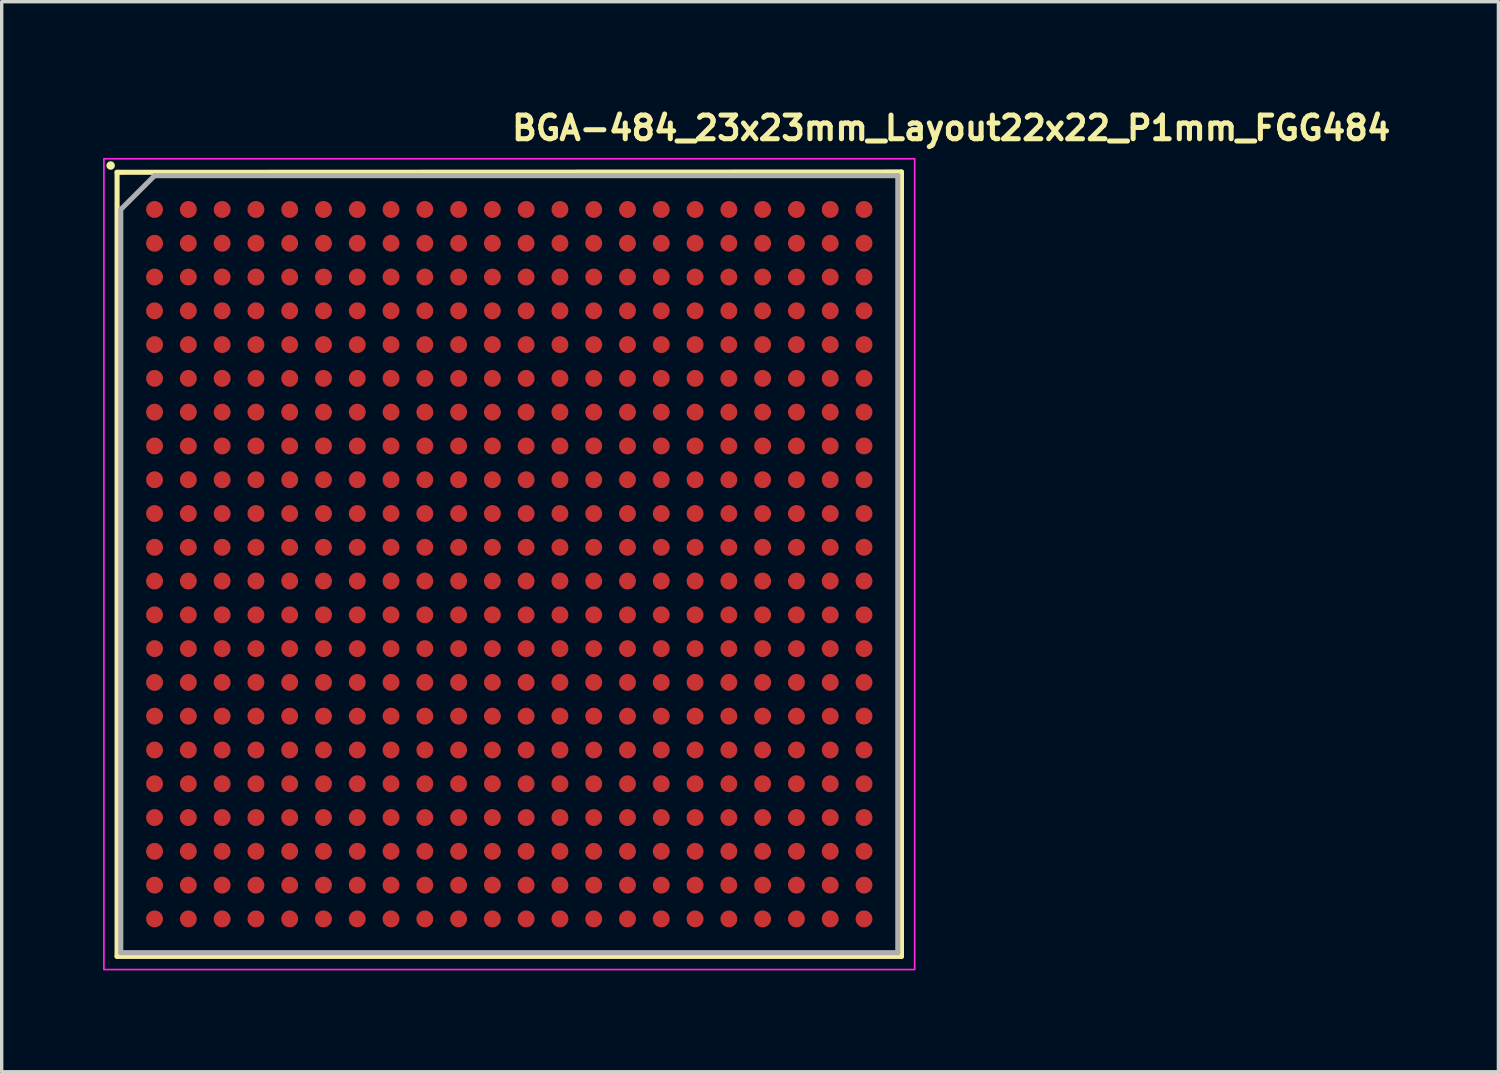
<source format=kicad_pcb>
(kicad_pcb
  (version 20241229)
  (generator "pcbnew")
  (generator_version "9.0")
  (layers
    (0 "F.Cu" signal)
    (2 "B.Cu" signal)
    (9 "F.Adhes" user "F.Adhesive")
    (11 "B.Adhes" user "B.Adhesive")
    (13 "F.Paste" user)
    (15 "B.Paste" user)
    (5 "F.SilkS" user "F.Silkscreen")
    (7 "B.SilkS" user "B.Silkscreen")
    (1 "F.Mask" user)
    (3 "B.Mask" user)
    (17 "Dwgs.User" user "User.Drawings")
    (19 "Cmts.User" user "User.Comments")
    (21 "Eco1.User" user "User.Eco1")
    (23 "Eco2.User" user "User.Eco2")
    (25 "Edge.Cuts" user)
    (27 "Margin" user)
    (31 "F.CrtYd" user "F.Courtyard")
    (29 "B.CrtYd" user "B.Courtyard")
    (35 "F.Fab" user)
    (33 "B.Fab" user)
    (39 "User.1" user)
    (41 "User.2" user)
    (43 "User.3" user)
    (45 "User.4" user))
  (footprint "BGA-484_23x23mm_Layout22x22_P1mm_FGG484"
    (layer "F.Cu")
    (at 12.025 13.65)
    (property "Reference" "BGA-484_23x23mm_Layout22x22_P1mm_FGG484" (at 0 -12.5 0) (layer "F.SilkS") (effects (font (size 0.7 0.7) (thickness 0.15)) (justify left bottom)))
    (attr smd)
    (fp_line (start -11.61 -11.6) (end 11.608 -11.61) (stroke (width 0.15) (type solid)) (layer "F.SilkS"))
    (fp_line (start -11.61 11.608) (end -11.61 -11.6) (stroke (width 0.15) (type solid)) (layer "F.SilkS"))
    (fp_line (start 11.608 -11.61) (end 11.608 11.608) (stroke (width 0.15) (type solid)) (layer "F.SilkS"))
    (fp_line (start 11.608 11.608) (end -11.61 11.608) (stroke (width 0.15) (type solid)) (layer "F.SilkS"))
    (fp_circle (center -11.8 -11.8) (end -11.75 -11.8) (stroke (width 0.15) (type solid)) (fill yes) (layer "F.SilkS"))
    (fp_rect (start -12 -12) (end 11.999 11.999) (stroke (width 0.05) (type solid)) (fill no) (layer "F.CrtYd"))
    (fp_line (start -11.5 -10.5) (end -10.5 -11.5) (stroke (width 0.15) (type solid)) (layer "F.Fab"))
    (fp_line (start -11.5 11.499) (end -11.5 -10.5) (stroke (width 0.15) (type solid)) (layer "F.Fab"))
    (fp_line (start -10.5 -11.5) (end 11.499 -11.5) (stroke (width 0.15) (type solid)) (layer "F.Fab"))
    (fp_line (start 11.499 -11.5) (end 11.499 11.499) (stroke (width 0.15) (type solid)) (layer "F.Fab"))
    (fp_line (start 11.499 11.499) (end -11.5 11.499) (stroke (width 0.15) (type solid)) (layer "F.Fab"))
    (fp_rect (start -11 -11) (end 10.999 10.999) (stroke (width 0.1) (type solid)) (fill no) (layer "User.5"))
    (fp_line (start -11 -10.951) (end -10.951 -11) (stroke (width 0.02) (type solid)) (layer "User.9"))
    (fp_line (start -11 10.749) (end -11 -10.951) (stroke (width 0.02) (type solid)) (layer "User.9"))
    (fp_line (start -10.951 -11) (end 10.749 -11) (stroke (width 0.02) (type solid)) (layer "User.9"))
    (fp_line (start -10.75 10.999) (end -11 10.749) (stroke (width 0.02) (type solid)) (layer "User.9"))
    (fp_line (start -10.25 -9.5) (end -9.894 -9.144) (stroke (width 0.02) (type solid)) (layer "User.9"))
    (fp_line (start -10.25 -9.5) (end -9.5 -10.25) (stroke (width 0.02) (type solid)) (layer "User.9"))
    (fp_line (start -10.25 9.499) (end -10.25 -9.5) (stroke (width 0.02) (type solid)) (layer "User.9"))
    (fp_line (start -10.25 9.499) (end -9.894 9.143) (stroke (width 0.02) (type solid)) (layer "User.9"))
    (fp_line (start -9.894 -9.144) (end -9.144 -9.894) (stroke (width 0.02) (type solid)) (layer "User.9"))
    (fp_line (start -9.894 9.143) (end -9.894 -9.144) (stroke (width 0.02) (type solid)) (layer "User.9"))
    (fp_line (start -9.5 -10.25) (end -9.144 -9.894) (stroke (width 0.02) (type solid)) (layer "User.9"))
    (fp_line (start -9.5 -10.25) (end 9.499 -10.25) (stroke (width 0.02) (type solid)) (layer "User.9"))
    (fp_line (start -9.5 10.249) (end -10.25 9.499) (stroke (width 0.02) (type solid)) (layer "User.9"))
    (fp_line (start -9.5 10.249) (end -9.144 9.893) (stroke (width 0.02) (type solid)) (layer "User.9"))
    (fp_line (start -9.164 -8.785) (end -9.164 -8.764) (stroke (width 0.02) (type solid)) (layer "User.9"))
    (fp_line (start -9.164 -8.764) (end -9.164 -8.764) (stroke (width 0.02) (type solid)) (layer "User.9"))
    (fp_line (start -9.164 -8.764) (end -9.164 -8.744) (stroke (width 0.02) (type solid)) (layer "User.9"))
    (fp_line (start -9.164 -8.744) (end -9.163 -8.724) (stroke (width 0.02) (type solid)) (layer "User.9"))
    (fp_line (start -9.163 -8.805) (end -9.164 -8.785) (stroke (width 0.02) (type solid)) (layer "User.9"))
    (fp_line (start -9.163 -8.724) (end -9.16 -8.703) (stroke (width 0.02) (type solid)) (layer "User.9"))
    (fp_line (start -9.16 -8.826) (end -9.163 -8.805) (stroke (width 0.02) (type solid)) (layer "User.9"))
    (fp_line (start -9.16 -8.703) (end -9.157 -8.685) (stroke (width 0.02) (type solid)) (layer "User.9"))
    (fp_line (start -9.157 -8.846) (end -9.16 -8.826) (stroke (width 0.02) (type solid)) (layer "User.9"))
    (fp_line (start -9.157 -8.685) (end -9.153 -8.664) (stroke (width 0.02) (type solid)) (layer "User.9"))
    (fp_line (start -9.153 -8.865) (end -9.157 -8.846) (stroke (width 0.02) (type solid)) (layer "User.9"))
    (fp_line (start -9.153 -8.664) (end -9.147 -8.645) (stroke (width 0.02) (type solid)) (layer "User.9"))
    (fp_line (start -9.147 -8.884) (end -9.153 -8.865) (stroke (width 0.02) (type solid)) (layer "User.9"))
    (fp_line (start -9.147 -8.645) (end -9.141 -8.628) (stroke (width 0.02) (type solid)) (layer "User.9"))
    (fp_line (start -9.144 -9.894) (end 9.143 -9.894) (stroke (width 0.02) (type solid)) (layer "User.9"))
    (fp_line (start -9.144 9.893) (end -9.894 9.143) (stroke (width 0.02) (type solid)) (layer "User.9"))
    (fp_line (start -9.141 -8.903) (end -9.147 -8.884) (stroke (width 0.02) (type solid)) (layer "User.9"))
    (fp_line (start -9.141 -8.628) (end -9.134 -8.609) (stroke (width 0.02) (type solid)) (layer "User.9"))
    (fp_line (start -9.134 -8.92) (end -9.141 -8.903) (stroke (width 0.02) (type solid)) (layer "User.9"))
    (fp_line (start -9.134 -8.609) (end -9.125 -8.591) (stroke (width 0.02) (type solid)) (layer "User.9"))
    (fp_line (start -9.125 -8.939) (end -9.134 -8.92) (stroke (width 0.02) (type solid)) (layer "User.9"))
    (fp_line (start -9.125 -8.591) (end -9.116 -8.574) (stroke (width 0.02) (type solid)) (layer "User.9"))
    (fp_line (start -9.116 -8.955) (end -9.125 -8.939) (stroke (width 0.02) (type solid)) (layer "User.9"))
    (fp_line (start -9.116 -8.574) (end -9.106 -8.558) (stroke (width 0.02) (type solid)) (layer "User.9"))
    (fp_line (start -9.106 -8.972) (end -9.116 -8.955) (stroke (width 0.02) (type solid)) (layer "User.9"))
    (fp_line (start -9.106 -8.558) (end -9.096 -8.542) (stroke (width 0.02) (type solid)) (layer "User.9"))
    (fp_line (start -9.096 -8.988) (end -9.106 -8.972) (stroke (width 0.02) (type solid)) (layer "User.9"))
    (fp_line (start -9.096 -8.542) (end -9.086 -8.526) (stroke (width 0.02) (type solid)) (layer "User.9"))
    (fp_line (start -9.086 -9.004) (end -9.096 -8.988) (stroke (width 0.02) (type solid)) (layer "User.9"))
    (fp_line (start -9.086 -8.526) (end -9.074 -8.51) (stroke (width 0.02) (type solid)) (layer "User.9"))
    (fp_line (start -9.074 -9.019) (end -9.086 -9.004) (stroke (width 0.02) (type solid)) (layer "User.9"))
    (fp_line (start -9.074 -8.51) (end -9.061 -8.496) (stroke (width 0.02) (type solid)) (layer "User.9"))
    (fp_line (start -9.061 -9.033) (end -9.074 -9.019) (stroke (width 0.02) (type solid)) (layer "User.9"))
    (fp_line (start -9.061 -8.496) (end -9.048 -8.481) (stroke (width 0.02) (type solid)) (layer "User.9"))
    (fp_line (start -9.048 -9.048) (end -9.061 -9.033) (stroke (width 0.02) (type solid)) (layer "User.9"))
    (fp_line (start -9.048 -8.481) (end -9.033 -8.468) (stroke (width 0.02) (type solid)) (layer "User.9"))
    (fp_line (start -9.033 -9.061) (end -9.048 -9.048) (stroke (width 0.02) (type solid)) (layer "User.9"))
    (fp_line (start -9.033 -8.468) (end -9.019 -8.456) (stroke (width 0.02) (type solid)) (layer "User.9"))
    (fp_line (start -9.019 -9.074) (end -9.033 -9.061) (stroke (width 0.02) (type solid)) (layer "User.9"))
    (fp_line (start -9.019 -8.456) (end -9.004 -8.445) (stroke (width 0.02) (type solid)) (layer "User.9"))
    (fp_line (start -9.004 -9.086) (end -9.019 -9.074) (stroke (width 0.02) (type solid)) (layer "User.9"))
    (fp_line (start -9.004 -8.445) (end -8.988 -8.433) (stroke (width 0.02) (type solid)) (layer "User.9"))
    (fp_line (start -8.988 -9.096) (end -9.004 -9.086) (stroke (width 0.02) (type solid)) (layer "User.9"))
    (fp_line (start -8.988 -8.433) (end -8.972 -8.423) (stroke (width 0.02) (type solid)) (layer "User.9"))
    (fp_line (start -8.972 -9.106) (end -8.988 -9.096) (stroke (width 0.02) (type solid)) (layer "User.9"))
    (fp_line (start -8.972 -8.423) (end -8.955 -8.414) (stroke (width 0.02) (type solid)) (layer "User.9"))
    (fp_line (start -8.955 -9.116) (end -8.972 -9.106) (stroke (width 0.02) (type solid)) (layer "User.9"))
    (fp_line (start -8.955 -8.414) (end -8.939 -8.404) (stroke (width 0.02) (type solid)) (layer "User.9"))
    (fp_line (start -8.939 -9.125) (end -8.955 -9.116) (stroke (width 0.02) (type solid)) (layer "User.9"))
    (fp_line (start -8.939 -8.404) (end -8.92 -8.397) (stroke (width 0.02) (type solid)) (layer "User.9"))
    (fp_line (start -8.92 -9.134) (end -8.939 -9.125) (stroke (width 0.02) (type solid)) (layer "User.9"))
    (fp_line (start -8.92 -8.397) (end -8.903 -8.389) (stroke (width 0.02) (type solid)) (layer "User.9"))
    (fp_line (start -8.903 -9.141) (end -8.92 -9.134) (stroke (width 0.02) (type solid)) (layer "User.9"))
    (fp_line (start -8.903 -8.389) (end -8.884 -8.382) (stroke (width 0.02) (type solid)) (layer "User.9"))
    (fp_line (start -8.884 -9.147) (end -8.903 -9.141) (stroke (width 0.02) (type solid)) (layer "User.9"))
    (fp_line (start -8.884 -8.382) (end -8.865 -8.378) (stroke (width 0.02) (type solid)) (layer "User.9"))
    (fp_line (start -8.865 -9.153) (end -8.884 -9.147) (stroke (width 0.02) (type solid)) (layer "User.9"))
    (fp_line (start -8.865 -8.378) (end -8.846 -8.372) (stroke (width 0.02) (type solid)) (layer "User.9"))
    (fp_line (start -8.846 -9.157) (end -8.865 -9.153) (stroke (width 0.02) (type solid)) (layer "User.9"))
    (fp_line (start -8.846 -8.372) (end -8.826 -8.369) (stroke (width 0.02) (type solid)) (layer "User.9"))
    (fp_line (start -8.826 -9.16) (end -8.846 -9.157) (stroke (width 0.02) (type solid)) (layer "User.9"))
    (fp_line (start -8.826 -8.369) (end -8.805 -8.366) (stroke (width 0.02) (type solid)) (layer "User.9"))
    (fp_line (start -8.805 -9.163) (end -8.826 -9.16) (stroke (width 0.02) (type solid)) (layer "User.9"))
    (fp_line (start -8.805 -8.366) (end -8.785 -8.366) (stroke (width 0.02) (type solid)) (layer "User.9"))
    (fp_line (start -8.785 -9.164) (end -8.805 -9.163) (stroke (width 0.02) (type solid)) (layer "User.9"))
    (fp_line (start -8.785 -8.366) (end -8.764 -8.365) (stroke (width 0.02) (type solid)) (layer "User.9"))
    (fp_line (start -8.764 -9.164) (end -8.785 -9.164) (stroke (width 0.02) (type solid)) (layer "User.9"))
    (fp_line (start -8.764 -9.164) (end -8.764 -9.164) (stroke (width 0.02) (type solid)) (layer "User.9"))
    (fp_line (start -8.764 -8.365) (end -8.764 -8.365) (stroke (width 0.02) (type solid)) (layer "User.9"))
    (fp_line (start -8.764 -8.365) (end -8.744 -8.366) (stroke (width 0.02) (type solid)) (layer "User.9"))
    (fp_line (start -8.744 -9.164) (end -8.764 -9.164) (stroke (width 0.02) (type solid)) (layer "User.9"))
    (fp_line (start -8.744 -8.366) (end -8.724 -8.366) (stroke (width 0.02) (type solid)) (layer "User.9"))
    (fp_line (start -8.724 -9.163) (end -8.744 -9.164) (stroke (width 0.02) (type solid)) (layer "User.9"))
    (fp_line (start -8.724 -8.366) (end -8.703 -8.369) (stroke (width 0.02) (type solid)) (layer "User.9"))
    (fp_line (start -8.703 -9.16) (end -8.724 -9.163) (stroke (width 0.02) (type solid)) (layer "User.9"))
    (fp_line (start -8.703 -8.369) (end -8.685 -8.372) (stroke (width 0.02) (type solid)) (layer "User.9"))
    (fp_line (start -8.685 -9.157) (end -8.703 -9.16) (stroke (width 0.02) (type solid)) (layer "User.9"))
    (fp_line (start -8.685 -8.372) (end -8.664 -8.378) (stroke (width 0.02) (type solid)) (layer "User.9"))
    (fp_line (start -8.664 -9.153) (end -8.685 -9.157) (stroke (width 0.02) (type solid)) (layer "User.9"))
    (fp_line (start -8.664 -8.378) (end -8.645 -8.382) (stroke (width 0.02) (type solid)) (layer "User.9"))
    (fp_line (start -8.645 -9.147) (end -8.664 -9.153) (stroke (width 0.02) (type solid)) (layer "User.9"))
    (fp_line (start -8.645 -8.382) (end -8.628 -8.389) (stroke (width 0.02) (type solid)) (layer "User.9"))
    (fp_line (start -8.628 -9.141) (end -8.645 -9.147) (stroke (width 0.02) (type solid)) (layer "User.9"))
    (fp_line (start -8.628 -8.389) (end -8.609 -8.397) (stroke (width 0.02) (type solid)) (layer "User.9"))
    (fp_line (start -8.609 -9.134) (end -8.628 -9.141) (stroke (width 0.02) (type solid)) (layer "User.9"))
    (fp_line (start -8.609 -8.397) (end -8.591 -8.404) (stroke (width 0.02) (type solid)) (layer "User.9"))
    (fp_line (start -8.591 -9.125) (end -8.609 -9.134) (stroke (width 0.02) (type solid)) (layer "User.9"))
    (fp_line (start -8.591 -8.404) (end -8.574 -8.414) (stroke (width 0.02) (type solid)) (layer "User.9"))
    (fp_line (start -8.574 -9.116) (end -8.591 -9.125) (stroke (width 0.02) (type solid)) (layer "User.9"))
    (fp_line (start -8.574 -8.414) (end -8.558 -8.423) (stroke (width 0.02) (type solid)) (layer "User.9"))
    (fp_line (start -8.558 -9.106) (end -8.574 -9.116) (stroke (width 0.02) (type solid)) (layer "User.9"))
    (fp_line (start -8.558 -8.423) (end -8.542 -8.433) (stroke (width 0.02) (type solid)) (layer "User.9"))
    (fp_line (start -8.542 -9.096) (end -8.558 -9.106) (stroke (width 0.02) (type solid)) (layer "User.9"))
    (fp_line (start -8.542 -8.433) (end -8.526 -8.445) (stroke (width 0.02) (type solid)) (layer "User.9"))
    (fp_line (start -8.526 -9.086) (end -8.542 -9.096) (stroke (width 0.02) (type solid)) (layer "User.9"))
    (fp_line (start -8.526 -8.445) (end -8.51 -8.456) (stroke (width 0.02) (type solid)) (layer "User.9"))
    (fp_line (start -8.51 -9.074) (end -8.526 -9.086) (stroke (width 0.02) (type solid)) (layer "User.9"))
    (fp_line (start -8.51 -8.456) (end -8.496 -8.468) (stroke (width 0.02) (type solid)) (layer "User.9"))
    (fp_line (start -8.496 -9.061) (end -8.51 -9.074) (stroke (width 0.02) (type solid)) (layer "User.9"))
    (fp_line (start -8.496 -8.468) (end -8.481 -8.481) (stroke (width 0.02) (type solid)) (layer "User.9"))
    (fp_line (start -8.481 -9.048) (end -8.496 -9.061) (stroke (width 0.02) (type solid)) (layer "User.9"))
    (fp_line (start -8.481 -8.481) (end -8.468 -8.496) (stroke (width 0.02) (type solid)) (layer "User.9"))
    (fp_line (start -8.468 -9.033) (end -8.481 -9.048) (stroke (width 0.02) (type solid)) (layer "User.9"))
    (fp_line (start -8.468 -8.496) (end -8.456 -8.51) (stroke (width 0.02) (type solid)) (layer "User.9"))
    (fp_line (start -8.456 -9.019) (end -8.468 -9.033) (stroke (width 0.02) (type solid)) (layer "User.9"))
    (fp_line (start -8.456 -8.51) (end -8.445 -8.526) (stroke (width 0.02) (type solid)) (layer "User.9"))
    (fp_line (start -8.445 -9.004) (end -8.456 -9.019) (stroke (width 0.02) (type solid)) (layer "User.9"))
    (fp_line (start -8.445 -8.526) (end -8.433 -8.542) (stroke (width 0.02) (type solid)) (layer "User.9"))
    (fp_line (start -8.433 -8.988) (end -8.445 -9.004) (stroke (width 0.02) (type solid)) (layer "User.9"))
    (fp_line (start -8.433 -8.542) (end -8.423 -8.558) (stroke (width 0.02) (type solid)) (layer "User.9"))
    (fp_line (start -8.423 -8.972) (end -8.433 -8.988) (stroke (width 0.02) (type solid)) (layer "User.9"))
    (fp_line (start -8.423 -8.558) (end -8.414 -8.574) (stroke (width 0.02) (type solid)) (layer "User.9"))
    (fp_line (start -8.414 -8.955) (end -8.423 -8.972) (stroke (width 0.02) (type solid)) (layer "User.9"))
    (fp_line (start -8.414 -8.574) (end -8.404 -8.591) (stroke (width 0.02) (type solid)) (layer "User.9"))
    (fp_line (start -8.404 -8.939) (end -8.414 -8.955) (stroke (width 0.02) (type solid)) (layer "User.9"))
    (fp_line (start -8.404 -8.591) (end -8.397 -8.609) (stroke (width 0.02) (type solid)) (layer "User.9"))
    (fp_line (start -8.397 -8.92) (end -8.404 -8.939) (stroke (width 0.02) (type solid)) (layer "User.9"))
    (fp_line (start -8.397 -8.609) (end -8.389 -8.628) (stroke (width 0.02) (type solid)) (layer "User.9"))
    (fp_line (start -8.389 -8.903) (end -8.397 -8.92) (stroke (width 0.02) (type solid)) (layer "User.9"))
    (fp_line (start -8.389 -8.628) (end -8.382 -8.645) (stroke (width 0.02) (type solid)) (layer "User.9"))
    (fp_line (start -8.382 -8.884) (end -8.389 -8.903) (stroke (width 0.02) (type solid)) (layer "User.9"))
    (fp_line (start -8.382 -8.645) (end -8.378 -8.664) (stroke (width 0.02) (type solid)) (layer "User.9"))
    (fp_line (start -8.378 -8.865) (end -8.382 -8.884) (stroke (width 0.02) (type solid)) (layer "User.9"))
    (fp_line (start -8.378 -8.664) (end -8.372 -8.685) (stroke (width 0.02) (type solid)) (layer "User.9"))
    (fp_line (start -8.372 -8.846) (end -8.378 -8.865) (stroke (width 0.02) (type solid)) (layer "User.9"))
    (fp_line (start -8.372 -8.685) (end -8.369 -8.703) (stroke (width 0.02) (type solid)) (layer "User.9"))
    (fp_line (start -8.369 -8.826) (end -8.372 -8.846) (stroke (width 0.02) (type solid)) (layer "User.9"))
    (fp_line (start -8.369 -8.703) (end -8.366 -8.724) (stroke (width 0.02) (type solid)) (layer "User.9"))
    (fp_line (start -8.366 -8.805) (end -8.369 -8.826) (stroke (width 0.02) (type solid)) (layer "User.9"))
    (fp_line (start -8.366 -8.785) (end -8.366 -8.805) (stroke (width 0.02) (type solid)) (layer "User.9"))
    (fp_line (start -8.366 -8.744) (end -8.365 -8.764) (stroke (width 0.02) (type solid)) (layer "User.9"))
    (fp_line (start -8.366 -8.724) (end -8.366 -8.744) (stroke (width 0.02) (type solid)) (layer "User.9"))
    (fp_line (start -8.365 -8.764) (end -8.366 -8.785) (stroke (width 0.02) (type solid)) (layer "User.9"))
    (fp_line (start -8.365 -8.764) (end -8.365 -8.764) (stroke (width 0.02) (type solid)) (layer "User.9"))
    (fp_line (start -8.365 -8.764) (end -8.365 -8.764) (stroke (width 0.02) (type solid)) (layer "User.9"))
    (fp_line (start 9.143 -9.894) (end 9.893 -9.144) (stroke (width 0.02) (type solid)) (layer "User.9"))
    (fp_line (start 9.143 9.893) (end -9.144 9.893) (stroke (width 0.02) (type solid)) (layer "User.9"))
    (fp_line (start 9.499 -10.25) (end 9.143 -9.894) (stroke (width 0.02) (type solid)) (layer "User.9"))
    (fp_line (start 9.499 -10.25) (end 10.249 -9.5) (stroke (width 0.02) (type solid)) (layer "User.9"))
    (fp_line (start 9.499 10.249) (end -9.5 10.249) (stroke (width 0.02) (type solid)) (layer "User.9"))
    (fp_line (start 9.499 10.249) (end 9.143 9.893) (stroke (width 0.02) (type solid)) (layer "User.9"))
    (fp_line (start 9.893 -9.144) (end 9.893 9.143) (stroke (width 0.02) (type solid)) (layer "User.9"))
    (fp_line (start 9.893 9.143) (end 9.143 9.893) (stroke (width 0.02) (type solid)) (layer "User.9"))
    (fp_line (start 10.249 -9.5) (end 9.893 -9.144) (stroke (width 0.02) (type solid)) (layer "User.9"))
    (fp_line (start 10.249 -9.5) (end 10.249 9.499) (stroke (width 0.02) (type solid)) (layer "User.9"))
    (fp_line (start 10.249 9.499) (end 9.499 10.249) (stroke (width 0.02) (type solid)) (layer "User.9"))
    (fp_line (start 10.249 9.499) (end 9.893 9.143) (stroke (width 0.02) (type solid)) (layer "User.9"))
    (fp_line (start 10.749 -11) (end 10.999 -10.75) (stroke (width 0.02) (type solid)) (layer "User.9"))
    (fp_line (start 10.749 10.999) (end -10.75 10.999) (stroke (width 0.02) (type solid)) (layer "User.9"))
    (fp_line (start 10.999 -10.75) (end 10.999 10.749) (stroke (width 0.02) (type solid)) (layer "User.9"))
    (fp_line (start 10.999 10.749) (end 10.749 10.999) (stroke (width 0.02) (type solid)) (layer "User.9"))
    (pad "A1" smd circle (at -10.5 -10.5) (size 0.5 0.5) (layers "F.Cu" "F.Mask" "F.Paste"))
    (pad "A2" smd circle (at -9.5 -10.5) (size 0.5 0.5) (layers "F.Cu" "F.Mask" "F.Paste"))
    (pad "A3" smd circle (at -8.5 -10.5) (size 0.5 0.5) (layers "F.Cu" "F.Mask" "F.Paste"))
    (pad "A4" smd circle (at -7.5 -10.5) (size 0.5 0.5) (layers "F.Cu" "F.Mask" "F.Paste"))
    (pad "A5" smd circle (at -6.5 -10.5) (size 0.5 0.5) (layers "F.Cu" "F.Mask" "F.Paste"))
    (pad "A6" smd circle (at -5.5 -10.5) (size 0.5 0.5) (layers "F.Cu" "F.Mask" "F.Paste"))
    (pad "A7" smd circle (at -4.5 -10.5) (size 0.5 0.5) (layers "F.Cu" "F.Mask" "F.Paste"))
    (pad "A8" smd circle (at -3.5 -10.5) (size 0.5 0.5) (layers "F.Cu" "F.Mask" "F.Paste"))
    (pad "A9" smd circle (at -2.5 -10.5) (size 0.5 0.5) (layers "F.Cu" "F.Mask" "F.Paste"))
    (pad "A10" smd circle (at -1.5 -10.5) (size 0.5 0.5) (layers "F.Cu" "F.Mask" "F.Paste"))
    (pad "A11" smd circle (at -0.5 -10.5) (size 0.5 0.5) (layers "F.Cu" "F.Mask" "F.Paste"))
    (pad "A12" smd circle (at 0.498 -10.5) (size 0.5 0.5) (layers "F.Cu" "F.Mask" "F.Paste"))
    (pad "A13" smd circle (at 1.499 -10.5) (size 0.5 0.5) (layers "F.Cu" "F.Mask" "F.Paste"))
    (pad "A14" smd circle (at 2.499 -10.5) (size 0.5 0.5) (layers "F.Cu" "F.Mask" "F.Paste"))
    (pad "A15" smd circle (at 3.499 -10.5) (size 0.5 0.5) (layers "F.Cu" "F.Mask" "F.Paste"))
    (pad "A16" smd circle (at 4.498 -10.5) (size 0.5 0.5) (layers "F.Cu" "F.Mask" "F.Paste"))
    (pad "A17" smd circle (at 5.499 -10.5) (size 0.5 0.5) (layers "F.Cu" "F.Mask" "F.Paste"))
    (pad "A18" smd circle (at 6.499 -10.5) (size 0.5 0.5) (layers "F.Cu" "F.Mask" "F.Paste"))
    (pad "A19" smd circle (at 7.499 -10.5) (size 0.5 0.5) (layers "F.Cu" "F.Mask" "F.Paste"))
    (pad "A20" smd circle (at 8.499 -10.5) (size 0.5 0.5) (layers "F.Cu" "F.Mask" "F.Paste"))
    (pad "A21" smd circle (at 9.499 -10.5) (size 0.5 0.5) (layers "F.Cu" "F.Mask" "F.Paste"))
    (pad "A22" smd circle (at 10.499 -10.5) (size 0.5 0.5) (layers "F.Cu" "F.Mask" "F.Paste"))
    (pad "AA1" smd circle (at -10.5 9.499) (size 0.5 0.5) (layers "F.Cu" "F.Mask" "F.Paste"))
    (pad "AA2" smd circle (at -9.5 9.499) (size 0.5 0.5) (layers "F.Cu" "F.Mask" "F.Paste"))
    (pad "AA3" smd circle (at -8.5 9.499) (size 0.5 0.5) (layers "F.Cu" "F.Mask" "F.Paste"))
    (pad "AA4" smd circle (at -7.5 9.499) (size 0.5 0.5) (layers "F.Cu" "F.Mask" "F.Paste"))
    (pad "AA5" smd circle (at -6.5 9.499) (size 0.5 0.5) (layers "F.Cu" "F.Mask" "F.Paste"))
    (pad "AA6" smd circle (at -5.5 9.499) (size 0.5 0.5) (layers "F.Cu" "F.Mask" "F.Paste"))
    (pad "AA7" smd circle (at -4.5 9.499) (size 0.5 0.5) (layers "F.Cu" "F.Mask" "F.Paste"))
    (pad "AA8" smd circle (at -3.5 9.499) (size 0.5 0.5) (layers "F.Cu" "F.Mask" "F.Paste"))
    (pad "AA9" smd circle (at -2.5 9.499) (size 0.5 0.5) (layers "F.Cu" "F.Mask" "F.Paste"))
    (pad "AA10" smd circle (at -1.5 9.499) (size 0.5 0.5) (layers "F.Cu" "F.Mask" "F.Paste"))
    (pad "AA11" smd circle (at -0.5 9.499) (size 0.5 0.5) (layers "F.Cu" "F.Mask" "F.Paste"))
    (pad "AA12" smd circle (at 0.498 9.499) (size 0.5 0.5) (layers "F.Cu" "F.Mask" "F.Paste"))
    (pad "AA13" smd circle (at 1.499 9.499) (size 0.5 0.5) (layers "F.Cu" "F.Mask" "F.Paste"))
    (pad "AA14" smd circle (at 2.499 9.499) (size 0.5 0.5) (layers "F.Cu" "F.Mask" "F.Paste"))
    (pad "AA15" smd circle (at 3.499 9.499) (size 0.5 0.5) (layers "F.Cu" "F.Mask" "F.Paste"))
    (pad "AA16" smd circle (at 4.498 9.499) (size 0.5 0.5) (layers "F.Cu" "F.Mask" "F.Paste"))
    (pad "AA17" smd circle (at 5.499 9.499) (size 0.5 0.5) (layers "F.Cu" "F.Mask" "F.Paste"))
    (pad "AA18" smd circle (at 6.499 9.499) (size 0.5 0.5) (layers "F.Cu" "F.Mask" "F.Paste"))
    (pad "AA19" smd circle (at 7.499 9.499) (size 0.5 0.5) (layers "F.Cu" "F.Mask" "F.Paste"))
    (pad "AA20" smd circle (at 8.499 9.499) (size 0.5 0.5) (layers "F.Cu" "F.Mask" "F.Paste"))
    (pad "AA21" smd circle (at 9.499 9.499) (size 0.5 0.5) (layers "F.Cu" "F.Mask" "F.Paste"))
    (pad "AA22" smd circle (at 10.499 9.499) (size 0.5 0.5) (layers "F.Cu" "F.Mask" "F.Paste"))
    (pad "AB1" smd circle (at -10.5 10.499) (size 0.5 0.5) (layers "F.Cu" "F.Mask" "F.Paste"))
    (pad "AB2" smd circle (at -9.5 10.499) (size 0.5 0.5) (layers "F.Cu" "F.Mask" "F.Paste"))
    (pad "AB3" smd circle (at -8.5 10.499) (size 0.5 0.5) (layers "F.Cu" "F.Mask" "F.Paste"))
    (pad "AB4" smd circle (at -7.5 10.499) (size 0.5 0.5) (layers "F.Cu" "F.Mask" "F.Paste"))
    (pad "AB5" smd circle (at -6.5 10.499) (size 0.5 0.5) (layers "F.Cu" "F.Mask" "F.Paste"))
    (pad "AB6" smd circle (at -5.5 10.499) (size 0.5 0.5) (layers "F.Cu" "F.Mask" "F.Paste"))
    (pad "AB7" smd circle (at -4.5 10.499) (size 0.5 0.5) (layers "F.Cu" "F.Mask" "F.Paste"))
    (pad "AB8" smd circle (at -3.5 10.499) (size 0.5 0.5) (layers "F.Cu" "F.Mask" "F.Paste"))
    (pad "AB9" smd circle (at -2.5 10.499) (size 0.5 0.5) (layers "F.Cu" "F.Mask" "F.Paste"))
    (pad "AB10" smd circle (at -1.5 10.499) (size 0.5 0.5) (layers "F.Cu" "F.Mask" "F.Paste"))
    (pad "AB11" smd circle (at -0.5 10.499) (size 0.5 0.5) (layers "F.Cu" "F.Mask" "F.Paste"))
    (pad "AB12" smd circle (at 0.498 10.499) (size 0.5 0.5) (layers "F.Cu" "F.Mask" "F.Paste"))
    (pad "AB13" smd circle (at 1.499 10.499) (size 0.5 0.5) (layers "F.Cu" "F.Mask" "F.Paste"))
    (pad "AB14" smd circle (at 2.499 10.499) (size 0.5 0.5) (layers "F.Cu" "F.Mask" "F.Paste"))
    (pad "AB15" smd circle (at 3.499 10.499) (size 0.5 0.5) (layers "F.Cu" "F.Mask" "F.Paste"))
    (pad "AB16" smd circle (at 4.498 10.499) (size 0.5 0.5) (layers "F.Cu" "F.Mask" "F.Paste"))
    (pad "AB17" smd circle (at 5.499 10.499) (size 0.5 0.5) (layers "F.Cu" "F.Mask" "F.Paste"))
    (pad "AB18" smd circle (at 6.499 10.499) (size 0.5 0.5) (layers "F.Cu" "F.Mask" "F.Paste"))
    (pad "AB19" smd circle (at 7.499 10.499) (size 0.5 0.5) (layers "F.Cu" "F.Mask" "F.Paste"))
    (pad "AB20" smd circle (at 8.499 10.499) (size 0.5 0.5) (layers "F.Cu" "F.Mask" "F.Paste"))
    (pad "AB21" smd circle (at 9.499 10.499) (size 0.5 0.5) (layers "F.Cu" "F.Mask" "F.Paste"))
    (pad "AB22" smd circle (at 10.499 10.499) (size 0.5 0.5) (layers "F.Cu" "F.Mask" "F.Paste"))
    (pad "B1" smd circle (at -10.5 -9.5) (size 0.5 0.5) (layers "F.Cu" "F.Mask" "F.Paste"))
    (pad "B2" smd circle (at -9.5 -9.5) (size 0.5 0.5) (layers "F.Cu" "F.Mask" "F.Paste"))
    (pad "B3" smd circle (at -8.5 -9.5) (size 0.5 0.5) (layers "F.Cu" "F.Mask" "F.Paste"))
    (pad "B4" smd circle (at -7.5 -9.5) (size 0.5 0.5) (layers "F.Cu" "F.Mask" "F.Paste"))
    (pad "B5" smd circle (at -6.5 -9.5) (size 0.5 0.5) (layers "F.Cu" "F.Mask" "F.Paste"))
    (pad "B6" smd circle (at -5.5 -9.5) (size 0.5 0.5) (layers "F.Cu" "F.Mask" "F.Paste"))
    (pad "B7" smd circle (at -4.5 -9.5) (size 0.5 0.5) (layers "F.Cu" "F.Mask" "F.Paste"))
    (pad "B8" smd circle (at -3.5 -9.5) (size 0.5 0.5) (layers "F.Cu" "F.Mask" "F.Paste"))
    (pad "B9" smd circle (at -2.5 -9.5) (size 0.5 0.5) (layers "F.Cu" "F.Mask" "F.Paste"))
    (pad "B10" smd circle (at -1.5 -9.5) (size 0.5 0.5) (layers "F.Cu" "F.Mask" "F.Paste"))
    (pad "B11" smd circle (at -0.5 -9.5) (size 0.5 0.5) (layers "F.Cu" "F.Mask" "F.Paste"))
    (pad "B12" smd circle (at 0.498 -9.5) (size 0.5 0.5) (layers "F.Cu" "F.Mask" "F.Paste"))
    (pad "B13" smd circle (at 1.499 -9.5) (size 0.5 0.5) (layers "F.Cu" "F.Mask" "F.Paste"))
    (pad "B14" smd circle (at 2.499 -9.5) (size 0.5 0.5) (layers "F.Cu" "F.Mask" "F.Paste"))
    (pad "B15" smd circle (at 3.499 -9.5) (size 0.5 0.5) (layers "F.Cu" "F.Mask" "F.Paste"))
    (pad "B16" smd circle (at 4.498 -9.5) (size 0.5 0.5) (layers "F.Cu" "F.Mask" "F.Paste"))
    (pad "B17" smd circle (at 5.499 -9.5) (size 0.5 0.5) (layers "F.Cu" "F.Mask" "F.Paste"))
    (pad "B18" smd circle (at 6.499 -9.5) (size 0.5 0.5) (layers "F.Cu" "F.Mask" "F.Paste"))
    (pad "B19" smd circle (at 7.499 -9.5) (size 0.5 0.5) (layers "F.Cu" "F.Mask" "F.Paste"))
    (pad "B20" smd circle (at 8.499 -9.5) (size 0.5 0.5) (layers "F.Cu" "F.Mask" "F.Paste"))
    (pad "B21" smd circle (at 9.499 -9.5) (size 0.5 0.5) (layers "F.Cu" "F.Mask" "F.Paste"))
    (pad "B22" smd circle (at 10.499 -9.5) (size 0.5 0.5) (layers "F.Cu" "F.Mask" "F.Paste"))
    (pad "C1" smd circle (at -10.5 -8.5) (size 0.5 0.5) (layers "F.Cu" "F.Mask" "F.Paste"))
    (pad "C2" smd circle (at -9.5 -8.5) (size 0.5 0.5) (layers "F.Cu" "F.Mask" "F.Paste"))
    (pad "C3" smd circle (at -8.5 -8.5) (size 0.5 0.5) (layers "F.Cu" "F.Mask" "F.Paste"))
    (pad "C4" smd circle (at -7.5 -8.5) (size 0.5 0.5) (layers "F.Cu" "F.Mask" "F.Paste"))
    (pad "C5" smd circle (at -6.5 -8.5) (size 0.5 0.5) (layers "F.Cu" "F.Mask" "F.Paste"))
    (pad "C6" smd circle (at -5.5 -8.5) (size 0.5 0.5) (layers "F.Cu" "F.Mask" "F.Paste"))
    (pad "C7" smd circle (at -4.5 -8.5) (size 0.5 0.5) (layers "F.Cu" "F.Mask" "F.Paste"))
    (pad "C8" smd circle (at -3.5 -8.5) (size 0.5 0.5) (layers "F.Cu" "F.Mask" "F.Paste"))
    (pad "C9" smd circle (at -2.5 -8.5) (size 0.5 0.5) (layers "F.Cu" "F.Mask" "F.Paste"))
    (pad "C10" smd circle (at -1.5 -8.5) (size 0.5 0.5) (layers "F.Cu" "F.Mask" "F.Paste"))
    (pad "C11" smd circle (at -0.5 -8.5) (size 0.5 0.5) (layers "F.Cu" "F.Mask" "F.Paste"))
    (pad "C12" smd circle (at 0.498 -8.5) (size 0.5 0.5) (layers "F.Cu" "F.Mask" "F.Paste"))
    (pad "C13" smd circle (at 1.499 -8.5) (size 0.5 0.5) (layers "F.Cu" "F.Mask" "F.Paste"))
    (pad "C14" smd circle (at 2.499 -8.5) (size 0.5 0.5) (layers "F.Cu" "F.Mask" "F.Paste"))
    (pad "C15" smd circle (at 3.499 -8.5) (size 0.5 0.5) (layers "F.Cu" "F.Mask" "F.Paste"))
    (pad "C16" smd circle (at 4.498 -8.5) (size 0.5 0.5) (layers "F.Cu" "F.Mask" "F.Paste"))
    (pad "C17" smd circle (at 5.499 -8.5) (size 0.5 0.5) (layers "F.Cu" "F.Mask" "F.Paste"))
    (pad "C18" smd circle (at 6.499 -8.5) (size 0.5 0.5) (layers "F.Cu" "F.Mask" "F.Paste"))
    (pad "C19" smd circle (at 7.499 -8.5) (size 0.5 0.5) (layers "F.Cu" "F.Mask" "F.Paste"))
    (pad "C20" smd circle (at 8.499 -8.5) (size 0.5 0.5) (layers "F.Cu" "F.Mask" "F.Paste"))
    (pad "C21" smd circle (at 9.499 -8.5) (size 0.5 0.5) (layers "F.Cu" "F.Mask" "F.Paste"))
    (pad "C22" smd circle (at 10.499 -8.5) (size 0.5 0.5) (layers "F.Cu" "F.Mask" "F.Paste"))
    (pad "D1" smd circle (at -10.5 -7.5) (size 0.5 0.5) (layers "F.Cu" "F.Mask" "F.Paste"))
    (pad "D2" smd circle (at -9.5 -7.5) (size 0.5 0.5) (layers "F.Cu" "F.Mask" "F.Paste"))
    (pad "D3" smd circle (at -8.5 -7.5) (size 0.5 0.5) (layers "F.Cu" "F.Mask" "F.Paste"))
    (pad "D4" smd circle (at -7.5 -7.5) (size 0.5 0.5) (layers "F.Cu" "F.Mask" "F.Paste"))
    (pad "D5" smd circle (at -6.5 -7.5) (size 0.5 0.5) (layers "F.Cu" "F.Mask" "F.Paste"))
    (pad "D6" smd circle (at -5.5 -7.5) (size 0.5 0.5) (layers "F.Cu" "F.Mask" "F.Paste"))
    (pad "D7" smd circle (at -4.5 -7.5) (size 0.5 0.5) (layers "F.Cu" "F.Mask" "F.Paste"))
    (pad "D8" smd circle (at -3.5 -7.5) (size 0.5 0.5) (layers "F.Cu" "F.Mask" "F.Paste"))
    (pad "D9" smd circle (at -2.5 -7.5) (size 0.5 0.5) (layers "F.Cu" "F.Mask" "F.Paste"))
    (pad "D10" smd circle (at -1.5 -7.5) (size 0.5 0.5) (layers "F.Cu" "F.Mask" "F.Paste"))
    (pad "D11" smd circle (at -0.5 -7.5) (size 0.5 0.5) (layers "F.Cu" "F.Mask" "F.Paste"))
    (pad "D12" smd circle (at 0.498 -7.5) (size 0.5 0.5) (layers "F.Cu" "F.Mask" "F.Paste"))
    (pad "D13" smd circle (at 1.499 -7.5) (size 0.5 0.5) (layers "F.Cu" "F.Mask" "F.Paste"))
    (pad "D14" smd circle (at 2.499 -7.5) (size 0.5 0.5) (layers "F.Cu" "F.Mask" "F.Paste"))
    (pad "D15" smd circle (at 3.499 -7.5) (size 0.5 0.5) (layers "F.Cu" "F.Mask" "F.Paste"))
    (pad "D16" smd circle (at 4.498 -7.5) (size 0.5 0.5) (layers "F.Cu" "F.Mask" "F.Paste"))
    (pad "D17" smd circle (at 5.499 -7.5) (size 0.5 0.5) (layers "F.Cu" "F.Mask" "F.Paste"))
    (pad "D18" smd circle (at 6.499 -7.5) (size 0.5 0.5) (layers "F.Cu" "F.Mask" "F.Paste"))
    (pad "D19" smd circle (at 7.499 -7.5) (size 0.5 0.5) (layers "F.Cu" "F.Mask" "F.Paste"))
    (pad "D20" smd circle (at 8.499 -7.5) (size 0.5 0.5) (layers "F.Cu" "F.Mask" "F.Paste"))
    (pad "D21" smd circle (at 9.499 -7.5) (size 0.5 0.5) (layers "F.Cu" "F.Mask" "F.Paste"))
    (pad "D22" smd circle (at 10.499 -7.5) (size 0.5 0.5) (layers "F.Cu" "F.Mask" "F.Paste"))
    (pad "E1" smd circle (at -10.5 -6.5) (size 0.5 0.5) (layers "F.Cu" "F.Mask" "F.Paste"))
    (pad "E2" smd circle (at -9.5 -6.5) (size 0.5 0.5) (layers "F.Cu" "F.Mask" "F.Paste"))
    (pad "E3" smd circle (at -8.5 -6.5) (size 0.5 0.5) (layers "F.Cu" "F.Mask" "F.Paste"))
    (pad "E4" smd circle (at -7.5 -6.5) (size 0.5 0.5) (layers "F.Cu" "F.Mask" "F.Paste"))
    (pad "E5" smd circle (at -6.5 -6.5) (size 0.5 0.5) (layers "F.Cu" "F.Mask" "F.Paste"))
    (pad "E6" smd circle (at -5.5 -6.5) (size 0.5 0.5) (layers "F.Cu" "F.Mask" "F.Paste"))
    (pad "E7" smd circle (at -4.5 -6.5) (size 0.5 0.5) (layers "F.Cu" "F.Mask" "F.Paste"))
    (pad "E8" smd circle (at -3.5 -6.5) (size 0.5 0.5) (layers "F.Cu" "F.Mask" "F.Paste"))
    (pad "E9" smd circle (at -2.5 -6.5) (size 0.5 0.5) (layers "F.Cu" "F.Mask" "F.Paste"))
    (pad "E10" smd circle (at -1.5 -6.5) (size 0.5 0.5) (layers "F.Cu" "F.Mask" "F.Paste"))
    (pad "E11" smd circle (at -0.5 -6.5) (size 0.5 0.5) (layers "F.Cu" "F.Mask" "F.Paste"))
    (pad "E12" smd circle (at 0.498 -6.5) (size 0.5 0.5) (layers "F.Cu" "F.Mask" "F.Paste"))
    (pad "E13" smd circle (at 1.499 -6.5) (size 0.5 0.5) (layers "F.Cu" "F.Mask" "F.Paste"))
    (pad "E14" smd circle (at 2.499 -6.5) (size 0.5 0.5) (layers "F.Cu" "F.Mask" "F.Paste"))
    (pad "E15" smd circle (at 3.499 -6.5) (size 0.5 0.5) (layers "F.Cu" "F.Mask" "F.Paste"))
    (pad "E16" smd circle (at 4.498 -6.5) (size 0.5 0.5) (layers "F.Cu" "F.Mask" "F.Paste"))
    (pad "E17" smd circle (at 5.499 -6.5) (size 0.5 0.5) (layers "F.Cu" "F.Mask" "F.Paste"))
    (pad "E18" smd circle (at 6.499 -6.5) (size 0.5 0.5) (layers "F.Cu" "F.Mask" "F.Paste"))
    (pad "E19" smd circle (at 7.499 -6.5) (size 0.5 0.5) (layers "F.Cu" "F.Mask" "F.Paste"))
    (pad "E20" smd circle (at 8.499 -6.5) (size 0.5 0.5) (layers "F.Cu" "F.Mask" "F.Paste"))
    (pad "E21" smd circle (at 9.499 -6.5) (size 0.5 0.5) (layers "F.Cu" "F.Mask" "F.Paste"))
    (pad "E22" smd circle (at 10.499 -6.5) (size 0.5 0.5) (layers "F.Cu" "F.Mask" "F.Paste"))
    (pad "F1" smd circle (at -10.5 -5.5) (size 0.5 0.5) (layers "F.Cu" "F.Mask" "F.Paste"))
    (pad "F2" smd circle (at -9.5 -5.5) (size 0.5 0.5) (layers "F.Cu" "F.Mask" "F.Paste"))
    (pad "F3" smd circle (at -8.5 -5.5) (size 0.5 0.5) (layers "F.Cu" "F.Mask" "F.Paste"))
    (pad "F4" smd circle (at -7.5 -5.5) (size 0.5 0.5) (layers "F.Cu" "F.Mask" "F.Paste"))
    (pad "F5" smd circle (at -6.5 -5.5) (size 0.5 0.5) (layers "F.Cu" "F.Mask" "F.Paste"))
    (pad "F6" smd circle (at -5.5 -5.5) (size 0.5 0.5) (layers "F.Cu" "F.Mask" "F.Paste"))
    (pad "F7" smd circle (at -4.5 -5.5) (size 0.5 0.5) (layers "F.Cu" "F.Mask" "F.Paste"))
    (pad "F8" smd circle (at -3.5 -5.5) (size 0.5 0.5) (layers "F.Cu" "F.Mask" "F.Paste"))
    (pad "F9" smd circle (at -2.5 -5.5) (size 0.5 0.5) (layers "F.Cu" "F.Mask" "F.Paste"))
    (pad "F10" smd circle (at -1.5 -5.5) (size 0.5 0.5) (layers "F.Cu" "F.Mask" "F.Paste"))
    (pad "F11" smd circle (at -0.5 -5.5) (size 0.5 0.5) (layers "F.Cu" "F.Mask" "F.Paste"))
    (pad "F12" smd circle (at 0.498 -5.5) (size 0.5 0.5) (layers "F.Cu" "F.Mask" "F.Paste"))
    (pad "F13" smd circle (at 1.499 -5.5) (size 0.5 0.5) (layers "F.Cu" "F.Mask" "F.Paste"))
    (pad "F14" smd circle (at 2.499 -5.5) (size 0.5 0.5) (layers "F.Cu" "F.Mask" "F.Paste"))
    (pad "F15" smd circle (at 3.499 -5.5) (size 0.5 0.5) (layers "F.Cu" "F.Mask" "F.Paste"))
    (pad "F16" smd circle (at 4.498 -5.5) (size 0.5 0.5) (layers "F.Cu" "F.Mask" "F.Paste"))
    (pad "F17" smd circle (at 5.499 -5.5) (size 0.5 0.5) (layers "F.Cu" "F.Mask" "F.Paste"))
    (pad "F18" smd circle (at 6.499 -5.5) (size 0.5 0.5) (layers "F.Cu" "F.Mask" "F.Paste"))
    (pad "F19" smd circle (at 7.499 -5.5) (size 0.5 0.5) (layers "F.Cu" "F.Mask" "F.Paste"))
    (pad "F20" smd circle (at 8.499 -5.5) (size 0.5 0.5) (layers "F.Cu" "F.Mask" "F.Paste"))
    (pad "F21" smd circle (at 9.499 -5.5) (size 0.5 0.5) (layers "F.Cu" "F.Mask" "F.Paste"))
    (pad "F22" smd circle (at 10.499 -5.5) (size 0.5 0.5) (layers "F.Cu" "F.Mask" "F.Paste"))
    (pad "G1" smd circle (at -10.5 -4.5) (size 0.5 0.5) (layers "F.Cu" "F.Mask" "F.Paste"))
    (pad "G2" smd circle (at -9.5 -4.5) (size 0.5 0.5) (layers "F.Cu" "F.Mask" "F.Paste"))
    (pad "G3" smd circle (at -8.5 -4.5) (size 0.5 0.5) (layers "F.Cu" "F.Mask" "F.Paste"))
    (pad "G4" smd circle (at -7.5 -4.5) (size 0.5 0.5) (layers "F.Cu" "F.Mask" "F.Paste"))
    (pad "G5" smd circle (at -6.5 -4.5) (size 0.5 0.5) (layers "F.Cu" "F.Mask" "F.Paste"))
    (pad "G6" smd circle (at -5.5 -4.5) (size 0.5 0.5) (layers "F.Cu" "F.Mask" "F.Paste"))
    (pad "G7" smd circle (at -4.5 -4.5) (size 0.5 0.5) (layers "F.Cu" "F.Mask" "F.Paste"))
    (pad "G8" smd circle (at -3.5 -4.5) (size 0.5 0.5) (layers "F.Cu" "F.Mask" "F.Paste"))
    (pad "G9" smd circle (at -2.5 -4.5) (size 0.5 0.5) (layers "F.Cu" "F.Mask" "F.Paste"))
    (pad "G10" smd circle (at -1.5 -4.5) (size 0.5 0.5) (layers "F.Cu" "F.Mask" "F.Paste"))
    (pad "G11" smd circle (at -0.5 -4.5) (size 0.5 0.5) (layers "F.Cu" "F.Mask" "F.Paste"))
    (pad "G12" smd circle (at 0.498 -4.5) (size 0.5 0.5) (layers "F.Cu" "F.Mask" "F.Paste"))
    (pad "G13" smd circle (at 1.499 -4.5) (size 0.5 0.5) (layers "F.Cu" "F.Mask" "F.Paste"))
    (pad "G14" smd circle (at 2.499 -4.5) (size 0.5 0.5) (layers "F.Cu" "F.Mask" "F.Paste"))
    (pad "G15" smd circle (at 3.499 -4.5) (size 0.5 0.5) (layers "F.Cu" "F.Mask" "F.Paste"))
    (pad "G16" smd circle (at 4.498 -4.5) (size 0.5 0.5) (layers "F.Cu" "F.Mask" "F.Paste"))
    (pad "G17" smd circle (at 5.499 -4.5) (size 0.5 0.5) (layers "F.Cu" "F.Mask" "F.Paste"))
    (pad "G18" smd circle (at 6.499 -4.5) (size 0.5 0.5) (layers "F.Cu" "F.Mask" "F.Paste"))
    (pad "G19" smd circle (at 7.499 -4.5) (size 0.5 0.5) (layers "F.Cu" "F.Mask" "F.Paste"))
    (pad "G20" smd circle (at 8.499 -4.5) (size 0.5 0.5) (layers "F.Cu" "F.Mask" "F.Paste"))
    (pad "G21" smd circle (at 9.499 -4.5) (size 0.5 0.5) (layers "F.Cu" "F.Mask" "F.Paste"))
    (pad "G22" smd circle (at 10.499 -4.5) (size 0.5 0.5) (layers "F.Cu" "F.Mask" "F.Paste"))
    (pad "H1" smd circle (at -10.5 -3.5) (size 0.5 0.5) (layers "F.Cu" "F.Mask" "F.Paste"))
    (pad "H2" smd circle (at -9.5 -3.5) (size 0.5 0.5) (layers "F.Cu" "F.Mask" "F.Paste"))
    (pad "H3" smd circle (at -8.5 -3.5) (size 0.5 0.5) (layers "F.Cu" "F.Mask" "F.Paste"))
    (pad "H4" smd circle (at -7.5 -3.5) (size 0.5 0.5) (layers "F.Cu" "F.Mask" "F.Paste"))
    (pad "H5" smd circle (at -6.5 -3.5) (size 0.5 0.5) (layers "F.Cu" "F.Mask" "F.Paste"))
    (pad "H6" smd circle (at -5.5 -3.5) (size 0.5 0.5) (layers "F.Cu" "F.Mask" "F.Paste"))
    (pad "H7" smd circle (at -4.5 -3.5) (size 0.5 0.5) (layers "F.Cu" "F.Mask" "F.Paste"))
    (pad "H8" smd circle (at -3.5 -3.5) (size 0.5 0.5) (layers "F.Cu" "F.Mask" "F.Paste"))
    (pad "H9" smd circle (at -2.5 -3.5) (size 0.5 0.5) (layers "F.Cu" "F.Mask" "F.Paste"))
    (pad "H10" smd circle (at -1.5 -3.5) (size 0.5 0.5) (layers "F.Cu" "F.Mask" "F.Paste"))
    (pad "H11" smd circle (at -0.5 -3.5) (size 0.5 0.5) (layers "F.Cu" "F.Mask" "F.Paste"))
    (pad "H12" smd circle (at 0.498 -3.5) (size 0.5 0.5) (layers "F.Cu" "F.Mask" "F.Paste"))
    (pad "H13" smd circle (at 1.499 -3.5) (size 0.5 0.5) (layers "F.Cu" "F.Mask" "F.Paste"))
    (pad "H14" smd circle (at 2.499 -3.5) (size 0.5 0.5) (layers "F.Cu" "F.Mask" "F.Paste"))
    (pad "H15" smd circle (at 3.499 -3.5) (size 0.5 0.5) (layers "F.Cu" "F.Mask" "F.Paste"))
    (pad "H16" smd circle (at 4.498 -3.5) (size 0.5 0.5) (layers "F.Cu" "F.Mask" "F.Paste"))
    (pad "H17" smd circle (at 5.499 -3.5) (size 0.5 0.5) (layers "F.Cu" "F.Mask" "F.Paste"))
    (pad "H18" smd circle (at 6.499 -3.5) (size 0.5 0.5) (layers "F.Cu" "F.Mask" "F.Paste"))
    (pad "H19" smd circle (at 7.499 -3.5) (size 0.5 0.5) (layers "F.Cu" "F.Mask" "F.Paste"))
    (pad "H20" smd circle (at 8.499 -3.5) (size 0.5 0.5) (layers "F.Cu" "F.Mask" "F.Paste"))
    (pad "H21" smd circle (at 9.499 -3.5) (size 0.5 0.5) (layers "F.Cu" "F.Mask" "F.Paste"))
    (pad "H22" smd circle (at 10.499 -3.5) (size 0.5 0.5) (layers "F.Cu" "F.Mask" "F.Paste"))
    (pad "J1" smd circle (at -10.5 -2.5) (size 0.5 0.5) (layers "F.Cu" "F.Mask" "F.Paste"))
    (pad "J2" smd circle (at -9.5 -2.5) (size 0.5 0.5) (layers "F.Cu" "F.Mask" "F.Paste"))
    (pad "J3" smd circle (at -8.5 -2.5) (size 0.5 0.5) (layers "F.Cu" "F.Mask" "F.Paste"))
    (pad "J4" smd circle (at -7.5 -2.5) (size 0.5 0.5) (layers "F.Cu" "F.Mask" "F.Paste"))
    (pad "J5" smd circle (at -6.5 -2.5) (size 0.5 0.5) (layers "F.Cu" "F.Mask" "F.Paste"))
    (pad "J6" smd circle (at -5.5 -2.5) (size 0.5 0.5) (layers "F.Cu" "F.Mask" "F.Paste"))
    (pad "J7" smd circle (at -4.5 -2.5) (size 0.5 0.5) (layers "F.Cu" "F.Mask" "F.Paste"))
    (pad "J8" smd circle (at -3.5 -2.5) (size 0.5 0.5) (layers "F.Cu" "F.Mask" "F.Paste"))
    (pad "J9" smd circle (at -2.5 -2.5) (size 0.5 0.5) (layers "F.Cu" "F.Mask" "F.Paste"))
    (pad "J10" smd circle (at -1.5 -2.5) (size 0.5 0.5) (layers "F.Cu" "F.Mask" "F.Paste"))
    (pad "J11" smd circle (at -0.5 -2.5) (size 0.5 0.5) (layers "F.Cu" "F.Mask" "F.Paste"))
    (pad "J12" smd circle (at 0.498 -2.5) (size 0.5 0.5) (layers "F.Cu" "F.Mask" "F.Paste"))
    (pad "J13" smd circle (at 1.499 -2.5) (size 0.5 0.5) (layers "F.Cu" "F.Mask" "F.Paste"))
    (pad "J14" smd circle (at 2.499 -2.5) (size 0.5 0.5) (layers "F.Cu" "F.Mask" "F.Paste"))
    (pad "J15" smd circle (at 3.499 -2.5) (size 0.5 0.5) (layers "F.Cu" "F.Mask" "F.Paste"))
    (pad "J16" smd circle (at 4.498 -2.5) (size 0.5 0.5) (layers "F.Cu" "F.Mask" "F.Paste"))
    (pad "J17" smd circle (at 5.499 -2.5) (size 0.5 0.5) (layers "F.Cu" "F.Mask" "F.Paste"))
    (pad "J18" smd circle (at 6.499 -2.5) (size 0.5 0.5) (layers "F.Cu" "F.Mask" "F.Paste"))
    (pad "J19" smd circle (at 7.499 -2.5) (size 0.5 0.5) (layers "F.Cu" "F.Mask" "F.Paste"))
    (pad "J20" smd circle (at 8.499 -2.5) (size 0.5 0.5) (layers "F.Cu" "F.Mask" "F.Paste"))
    (pad "J21" smd circle (at 9.499 -2.5) (size 0.5 0.5) (layers "F.Cu" "F.Mask" "F.Paste"))
    (pad "J22" smd circle (at 10.499 -2.5) (size 0.5 0.5) (layers "F.Cu" "F.Mask" "F.Paste"))
    (pad "K1" smd circle (at -10.5 -1.5) (size 0.5 0.5) (layers "F.Cu" "F.Mask" "F.Paste"))
    (pad "K2" smd circle (at -9.5 -1.5) (size 0.5 0.5) (layers "F.Cu" "F.Mask" "F.Paste"))
    (pad "K3" smd circle (at -8.5 -1.5) (size 0.5 0.5) (layers "F.Cu" "F.Mask" "F.Paste"))
    (pad "K4" smd circle (at -7.5 -1.5) (size 0.5 0.5) (layers "F.Cu" "F.Mask" "F.Paste"))
    (pad "K5" smd circle (at -6.5 -1.5) (size 0.5 0.5) (layers "F.Cu" "F.Mask" "F.Paste"))
    (pad "K6" smd circle (at -5.5 -1.5) (size 0.5 0.5) (layers "F.Cu" "F.Mask" "F.Paste"))
    (pad "K7" smd circle (at -4.5 -1.5) (size 0.5 0.5) (layers "F.Cu" "F.Mask" "F.Paste"))
    (pad "K8" smd circle (at -3.5 -1.5) (size 0.5 0.5) (layers "F.Cu" "F.Mask" "F.Paste"))
    (pad "K9" smd circle (at -2.5 -1.5) (size 0.5 0.5) (layers "F.Cu" "F.Mask" "F.Paste"))
    (pad "K10" smd circle (at -1.5 -1.5) (size 0.5 0.5) (layers "F.Cu" "F.Mask" "F.Paste"))
    (pad "K11" smd circle (at -0.5 -1.5) (size 0.5 0.5) (layers "F.Cu" "F.Mask" "F.Paste"))
    (pad "K12" smd circle (at 0.498 -1.5) (size 0.5 0.5) (layers "F.Cu" "F.Mask" "F.Paste"))
    (pad "K13" smd circle (at 1.499 -1.5) (size 0.5 0.5) (layers "F.Cu" "F.Mask" "F.Paste"))
    (pad "K14" smd circle (at 2.499 -1.5) (size 0.5 0.5) (layers "F.Cu" "F.Mask" "F.Paste"))
    (pad "K15" smd circle (at 3.499 -1.5) (size 0.5 0.5) (layers "F.Cu" "F.Mask" "F.Paste"))
    (pad "K16" smd circle (at 4.498 -1.5) (size 0.5 0.5) (layers "F.Cu" "F.Mask" "F.Paste"))
    (pad "K17" smd circle (at 5.499 -1.5) (size 0.5 0.5) (layers "F.Cu" "F.Mask" "F.Paste"))
    (pad "K18" smd circle (at 6.499 -1.5) (size 0.5 0.5) (layers "F.Cu" "F.Mask" "F.Paste"))
    (pad "K19" smd circle (at 7.499 -1.5) (size 0.5 0.5) (layers "F.Cu" "F.Mask" "F.Paste"))
    (pad "K20" smd circle (at 8.499 -1.5) (size 0.5 0.5) (layers "F.Cu" "F.Mask" "F.Paste"))
    (pad "K21" smd circle (at 9.499 -1.5) (size 0.5 0.5) (layers "F.Cu" "F.Mask" "F.Paste"))
    (pad "K22" smd circle (at 10.499 -1.5) (size 0.5 0.5) (layers "F.Cu" "F.Mask" "F.Paste"))
    (pad "L1" smd circle (at -10.5 -0.5) (size 0.5 0.5) (layers "F.Cu" "F.Mask" "F.Paste"))
    (pad "L2" smd circle (at -9.5 -0.5) (size 0.5 0.5) (layers "F.Cu" "F.Mask" "F.Paste"))
    (pad "L3" smd circle (at -8.5 -0.5) (size 0.5 0.5) (layers "F.Cu" "F.Mask" "F.Paste"))
    (pad "L4" smd circle (at -7.5 -0.5) (size 0.5 0.5) (layers "F.Cu" "F.Mask" "F.Paste"))
    (pad "L5" smd circle (at -6.5 -0.5) (size 0.5 0.5) (layers "F.Cu" "F.Mask" "F.Paste"))
    (pad "L6" smd circle (at -5.5 -0.5) (size 0.5 0.5) (layers "F.Cu" "F.Mask" "F.Paste"))
    (pad "L7" smd circle (at -4.5 -0.5) (size 0.5 0.5) (layers "F.Cu" "F.Mask" "F.Paste"))
    (pad "L8" smd circle (at -3.5 -0.5) (size 0.5 0.5) (layers "F.Cu" "F.Mask" "F.Paste"))
    (pad "L9" smd circle (at -2.5 -0.5) (size 0.5 0.5) (layers "F.Cu" "F.Mask" "F.Paste"))
    (pad "L10" smd circle (at -1.5 -0.5) (size 0.5 0.5) (layers "F.Cu" "F.Mask" "F.Paste"))
    (pad "L11" smd circle (at -0.5 -0.5) (size 0.5 0.5) (layers "F.Cu" "F.Mask" "F.Paste"))
    (pad "L12" smd circle (at 0.498 -0.5) (size 0.5 0.5) (layers "F.Cu" "F.Mask" "F.Paste"))
    (pad "L13" smd circle (at 1.499 -0.5) (size 0.5 0.5) (layers "F.Cu" "F.Mask" "F.Paste"))
    (pad "L14" smd circle (at 2.499 -0.5) (size 0.5 0.5) (layers "F.Cu" "F.Mask" "F.Paste"))
    (pad "L15" smd circle (at 3.499 -0.5) (size 0.5 0.5) (layers "F.Cu" "F.Mask" "F.Paste"))
    (pad "L16" smd circle (at 4.498 -0.5) (size 0.5 0.5) (layers "F.Cu" "F.Mask" "F.Paste"))
    (pad "L17" smd circle (at 5.499 -0.5) (size 0.5 0.5) (layers "F.Cu" "F.Mask" "F.Paste"))
    (pad "L18" smd circle (at 6.499 -0.5) (size 0.5 0.5) (layers "F.Cu" "F.Mask" "F.Paste"))
    (pad "L19" smd circle (at 7.499 -0.5) (size 0.5 0.5) (layers "F.Cu" "F.Mask" "F.Paste"))
    (pad "L20" smd circle (at 8.499 -0.5) (size 0.5 0.5) (layers "F.Cu" "F.Mask" "F.Paste"))
    (pad "L21" smd circle (at 9.499 -0.5) (size 0.5 0.5) (layers "F.Cu" "F.Mask" "F.Paste"))
    (pad "L22" smd circle (at 10.499 -0.5) (size 0.5 0.5) (layers "F.Cu" "F.Mask" "F.Paste"))
    (pad "M1" smd circle (at -10.5 0.498) (size 0.5 0.5) (layers "F.Cu" "F.Mask" "F.Paste"))
    (pad "M2" smd circle (at -9.5 0.498) (size 0.5 0.5) (layers "F.Cu" "F.Mask" "F.Paste"))
    (pad "M3" smd circle (at -8.5 0.498) (size 0.5 0.5) (layers "F.Cu" "F.Mask" "F.Paste"))
    (pad "M4" smd circle (at -7.5 0.498) (size 0.5 0.5) (layers "F.Cu" "F.Mask" "F.Paste"))
    (pad "M5" smd circle (at -6.5 0.498) (size 0.5 0.5) (layers "F.Cu" "F.Mask" "F.Paste"))
    (pad "M6" smd circle (at -5.5 0.498) (size 0.5 0.5) (layers "F.Cu" "F.Mask" "F.Paste"))
    (pad "M7" smd circle (at -4.5 0.498) (size 0.5 0.5) (layers "F.Cu" "F.Mask" "F.Paste"))
    (pad "M8" smd circle (at -3.5 0.498) (size 0.5 0.5) (layers "F.Cu" "F.Mask" "F.Paste"))
    (pad "M9" smd circle (at -2.5 0.498) (size 0.5 0.5) (layers "F.Cu" "F.Mask" "F.Paste"))
    (pad "M10" smd circle (at -1.5 0.498) (size 0.5 0.5) (layers "F.Cu" "F.Mask" "F.Paste"))
    (pad "M11" smd circle (at -0.5 0.498) (size 0.5 0.5) (layers "F.Cu" "F.Mask" "F.Paste"))
    (pad "M12" smd circle (at 0.498 0.498) (size 0.5 0.5) (layers "F.Cu" "F.Mask" "F.Paste"))
    (pad "M13" smd circle (at 1.499 0.498) (size 0.5 0.5) (layers "F.Cu" "F.Mask" "F.Paste"))
    (pad "M14" smd circle (at 2.499 0.498) (size 0.5 0.5) (layers "F.Cu" "F.Mask" "F.Paste"))
    (pad "M15" smd circle (at 3.499 0.498) (size 0.5 0.5) (layers "F.Cu" "F.Mask" "F.Paste"))
    (pad "M16" smd circle (at 4.498 0.498) (size 0.5 0.5) (layers "F.Cu" "F.Mask" "F.Paste"))
    (pad "M17" smd circle (at 5.499 0.498) (size 0.5 0.5) (layers "F.Cu" "F.Mask" "F.Paste"))
    (pad "M18" smd circle (at 6.499 0.498) (size 0.5 0.5) (layers "F.Cu" "F.Mask" "F.Paste"))
    (pad "M19" smd circle (at 7.499 0.498) (size 0.5 0.5) (layers "F.Cu" "F.Mask" "F.Paste"))
    (pad "M20" smd circle (at 8.499 0.498) (size 0.5 0.5) (layers "F.Cu" "F.Mask" "F.Paste"))
    (pad "M21" smd circle (at 9.499 0.498) (size 0.5 0.5) (layers "F.Cu" "F.Mask" "F.Paste"))
    (pad "M22" smd circle (at 10.499 0.498) (size 0.5 0.5) (layers "F.Cu" "F.Mask" "F.Paste"))
    (pad "N1" smd circle (at -10.5 1.499) (size 0.5 0.5) (layers "F.Cu" "F.Mask" "F.Paste"))
    (pad "N2" smd circle (at -9.5 1.499) (size 0.5 0.5) (layers "F.Cu" "F.Mask" "F.Paste"))
    (pad "N3" smd circle (at -8.5 1.499) (size 0.5 0.5) (layers "F.Cu" "F.Mask" "F.Paste"))
    (pad "N4" smd circle (at -7.5 1.499) (size 0.5 0.5) (layers "F.Cu" "F.Mask" "F.Paste"))
    (pad "N5" smd circle (at -6.5 1.499) (size 0.5 0.5) (layers "F.Cu" "F.Mask" "F.Paste"))
    (pad "N6" smd circle (at -5.5 1.499) (size 0.5 0.5) (layers "F.Cu" "F.Mask" "F.Paste"))
    (pad "N7" smd circle (at -4.5 1.499) (size 0.5 0.5) (layers "F.Cu" "F.Mask" "F.Paste"))
    (pad "N8" smd circle (at -3.5 1.499) (size 0.5 0.5) (layers "F.Cu" "F.Mask" "F.Paste"))
    (pad "N9" smd circle (at -2.5 1.499) (size 0.5 0.5) (layers "F.Cu" "F.Mask" "F.Paste"))
    (pad "N10" smd circle (at -1.5 1.499) (size 0.5 0.5) (layers "F.Cu" "F.Mask" "F.Paste"))
    (pad "N11" smd circle (at -0.5 1.499) (size 0.5 0.5) (layers "F.Cu" "F.Mask" "F.Paste"))
    (pad "N12" smd circle (at 0.498 1.499) (size 0.5 0.5) (layers "F.Cu" "F.Mask" "F.Paste"))
    (pad "N13" smd circle (at 1.499 1.499) (size 0.5 0.5) (layers "F.Cu" "F.Mask" "F.Paste"))
    (pad "N14" smd circle (at 2.499 1.499) (size 0.5 0.5) (layers "F.Cu" "F.Mask" "F.Paste"))
    (pad "N15" smd circle (at 3.499 1.499) (size 0.5 0.5) (layers "F.Cu" "F.Mask" "F.Paste"))
    (pad "N16" smd circle (at 4.498 1.499) (size 0.5 0.5) (layers "F.Cu" "F.Mask" "F.Paste"))
    (pad "N17" smd circle (at 5.499 1.499) (size 0.5 0.5) (layers "F.Cu" "F.Mask" "F.Paste"))
    (pad "N18" smd circle (at 6.499 1.499) (size 0.5 0.5) (layers "F.Cu" "F.Mask" "F.Paste"))
    (pad "N19" smd circle (at 7.499 1.499) (size 0.5 0.5) (layers "F.Cu" "F.Mask" "F.Paste"))
    (pad "N20" smd circle (at 8.499 1.499) (size 0.5 0.5) (layers "F.Cu" "F.Mask" "F.Paste"))
    (pad "N21" smd circle (at 9.499 1.499) (size 0.5 0.5) (layers "F.Cu" "F.Mask" "F.Paste"))
    (pad "N22" smd circle (at 10.499 1.499) (size 0.5 0.5) (layers "F.Cu" "F.Mask" "F.Paste"))
    (pad "P1" smd circle (at -10.5 2.499) (size 0.5 0.5) (layers "F.Cu" "F.Mask" "F.Paste"))
    (pad "P2" smd circle (at -9.5 2.499) (size 0.5 0.5) (layers "F.Cu" "F.Mask" "F.Paste"))
    (pad "P3" smd circle (at -8.5 2.499) (size 0.5 0.5) (layers "F.Cu" "F.Mask" "F.Paste"))
    (pad "P4" smd circle (at -7.5 2.499) (size 0.5 0.5) (layers "F.Cu" "F.Mask" "F.Paste"))
    (pad "P5" smd circle (at -6.5 2.499) (size 0.5 0.5) (layers "F.Cu" "F.Mask" "F.Paste"))
    (pad "P6" smd circle (at -5.5 2.499) (size 0.5 0.5) (layers "F.Cu" "F.Mask" "F.Paste"))
    (pad "P7" smd circle (at -4.5 2.499) (size 0.5 0.5) (layers "F.Cu" "F.Mask" "F.Paste"))
    (pad "P8" smd circle (at -3.5 2.499) (size 0.5 0.5) (layers "F.Cu" "F.Mask" "F.Paste"))
    (pad "P9" smd circle (at -2.5 2.499) (size 0.5 0.5) (layers "F.Cu" "F.Mask" "F.Paste"))
    (pad "P10" smd circle (at -1.5 2.499) (size 0.5 0.5) (layers "F.Cu" "F.Mask" "F.Paste"))
    (pad "P11" smd circle (at -0.5 2.499) (size 0.5 0.5) (layers "F.Cu" "F.Mask" "F.Paste"))
    (pad "P12" smd circle (at 0.498 2.499) (size 0.5 0.5) (layers "F.Cu" "F.Mask" "F.Paste"))
    (pad "P13" smd circle (at 1.499 2.499) (size 0.5 0.5) (layers "F.Cu" "F.Mask" "F.Paste"))
    (pad "P14" smd circle (at 2.499 2.499) (size 0.5 0.5) (layers "F.Cu" "F.Mask" "F.Paste"))
    (pad "P15" smd circle (at 3.499 2.499) (size 0.5 0.5) (layers "F.Cu" "F.Mask" "F.Paste"))
    (pad "P16" smd circle (at 4.498 2.499) (size 0.5 0.5) (layers "F.Cu" "F.Mask" "F.Paste"))
    (pad "P17" smd circle (at 5.499 2.499) (size 0.5 0.5) (layers "F.Cu" "F.Mask" "F.Paste"))
    (pad "P18" smd circle (at 6.499 2.499) (size 0.5 0.5) (layers "F.Cu" "F.Mask" "F.Paste"))
    (pad "P19" smd circle (at 7.499 2.499) (size 0.5 0.5) (layers "F.Cu" "F.Mask" "F.Paste"))
    (pad "P20" smd circle (at 8.499 2.499) (size 0.5 0.5) (layers "F.Cu" "F.Mask" "F.Paste"))
    (pad "P21" smd circle (at 9.499 2.499) (size 0.5 0.5) (layers "F.Cu" "F.Mask" "F.Paste"))
    (pad "P22" smd circle (at 10.499 2.499) (size 0.5 0.5) (layers "F.Cu" "F.Mask" "F.Paste"))
    (pad "R1" smd circle (at -10.5 3.499) (size 0.5 0.5) (layers "F.Cu" "F.Mask" "F.Paste"))
    (pad "R2" smd circle (at -9.5 3.499) (size 0.5 0.5) (layers "F.Cu" "F.Mask" "F.Paste"))
    (pad "R3" smd circle (at -8.5 3.499) (size 0.5 0.5) (layers "F.Cu" "F.Mask" "F.Paste"))
    (pad "R4" smd circle (at -7.5 3.499) (size 0.5 0.5) (layers "F.Cu" "F.Mask" "F.Paste"))
    (pad "R5" smd circle (at -6.5 3.499) (size 0.5 0.5) (layers "F.Cu" "F.Mask" "F.Paste"))
    (pad "R6" smd circle (at -5.5 3.499) (size 0.5 0.5) (layers "F.Cu" "F.Mask" "F.Paste"))
    (pad "R7" smd circle (at -4.5 3.499) (size 0.5 0.5) (layers "F.Cu" "F.Mask" "F.Paste"))
    (pad "R8" smd circle (at -3.5 3.499) (size 0.5 0.5) (layers "F.Cu" "F.Mask" "F.Paste"))
    (pad "R9" smd circle (at -2.5 3.499) (size 0.5 0.5) (layers "F.Cu" "F.Mask" "F.Paste"))
    (pad "R10" smd circle (at -1.5 3.499) (size 0.5 0.5) (layers "F.Cu" "F.Mask" "F.Paste"))
    (pad "R11" smd circle (at -0.5 3.499) (size 0.5 0.5) (layers "F.Cu" "F.Mask" "F.Paste"))
    (pad "R12" smd circle (at 0.498 3.499) (size 0.5 0.5) (layers "F.Cu" "F.Mask" "F.Paste"))
    (pad "R13" smd circle (at 1.499 3.499) (size 0.5 0.5) (layers "F.Cu" "F.Mask" "F.Paste"))
    (pad "R14" smd circle (at 2.499 3.499) (size 0.5 0.5) (layers "F.Cu" "F.Mask" "F.Paste"))
    (pad "R15" smd circle (at 3.499 3.499) (size 0.5 0.5) (layers "F.Cu" "F.Mask" "F.Paste"))
    (pad "R16" smd circle (at 4.498 3.499) (size 0.5 0.5) (layers "F.Cu" "F.Mask" "F.Paste"))
    (pad "R17" smd circle (at 5.499 3.499) (size 0.5 0.5) (layers "F.Cu" "F.Mask" "F.Paste"))
    (pad "R18" smd circle (at 6.499 3.499) (size 0.5 0.5) (layers "F.Cu" "F.Mask" "F.Paste"))
    (pad "R19" smd circle (at 7.499 3.499) (size 0.5 0.5) (layers "F.Cu" "F.Mask" "F.Paste"))
    (pad "R20" smd circle (at 8.499 3.499) (size 0.5 0.5) (layers "F.Cu" "F.Mask" "F.Paste"))
    (pad "R21" smd circle (at 9.499 3.499) (size 0.5 0.5) (layers "F.Cu" "F.Mask" "F.Paste"))
    (pad "R22" smd circle (at 10.499 3.499) (size 0.5 0.5) (layers "F.Cu" "F.Mask" "F.Paste"))
    (pad "T1" smd circle (at -10.5 4.498) (size 0.5 0.5) (layers "F.Cu" "F.Mask" "F.Paste"))
    (pad "T2" smd circle (at -9.5 4.498) (size 0.5 0.5) (layers "F.Cu" "F.Mask" "F.Paste"))
    (pad "T3" smd circle (at -8.5 4.498) (size 0.5 0.5) (layers "F.Cu" "F.Mask" "F.Paste"))
    (pad "T4" smd circle (at -7.5 4.498) (size 0.5 0.5) (layers "F.Cu" "F.Mask" "F.Paste"))
    (pad "T5" smd circle (at -6.5 4.498) (size 0.5 0.5) (layers "F.Cu" "F.Mask" "F.Paste"))
    (pad "T6" smd circle (at -5.5 4.498) (size 0.5 0.5) (layers "F.Cu" "F.Mask" "F.Paste"))
    (pad "T7" smd circle (at -4.5 4.498) (size 0.5 0.5) (layers "F.Cu" "F.Mask" "F.Paste"))
    (pad "T8" smd circle (at -3.5 4.498) (size 0.5 0.5) (layers "F.Cu" "F.Mask" "F.Paste"))
    (pad "T9" smd circle (at -2.5 4.498) (size 0.5 0.5) (layers "F.Cu" "F.Mask" "F.Paste"))
    (pad "T10" smd circle (at -1.5 4.498) (size 0.5 0.5) (layers "F.Cu" "F.Mask" "F.Paste"))
    (pad "T11" smd circle (at -0.5 4.498) (size 0.5 0.5) (layers "F.Cu" "F.Mask" "F.Paste"))
    (pad "T12" smd circle (at 0.498 4.498) (size 0.5 0.5) (layers "F.Cu" "F.Mask" "F.Paste"))
    (pad "T13" smd circle (at 1.499 4.498) (size 0.5 0.5) (layers "F.Cu" "F.Mask" "F.Paste"))
    (pad "T14" smd circle (at 2.499 4.498) (size 0.5 0.5) (layers "F.Cu" "F.Mask" "F.Paste"))
    (pad "T15" smd circle (at 3.499 4.498) (size 0.5 0.5) (layers "F.Cu" "F.Mask" "F.Paste"))
    (pad "T16" smd circle (at 4.498 4.498) (size 0.5 0.5) (layers "F.Cu" "F.Mask" "F.Paste"))
    (pad "T17" smd circle (at 5.499 4.498) (size 0.5 0.5) (layers "F.Cu" "F.Mask" "F.Paste"))
    (pad "T18" smd circle (at 6.499 4.498) (size 0.5 0.5) (layers "F.Cu" "F.Mask" "F.Paste"))
    (pad "T19" smd circle (at 7.499 4.498) (size 0.5 0.5) (layers "F.Cu" "F.Mask" "F.Paste"))
    (pad "T20" smd circle (at 8.499 4.498) (size 0.5 0.5) (layers "F.Cu" "F.Mask" "F.Paste"))
    (pad "T21" smd circle (at 9.499 4.498) (size 0.5 0.5) (layers "F.Cu" "F.Mask" "F.Paste"))
    (pad "T22" smd circle (at 10.499 4.498) (size 0.5 0.5) (layers "F.Cu" "F.Mask" "F.Paste"))
    (pad "U1" smd circle (at -10.5 5.499) (size 0.5 0.5) (layers "F.Cu" "F.Mask" "F.Paste"))
    (pad "U2" smd circle (at -9.5 5.499) (size 0.5 0.5) (layers "F.Cu" "F.Mask" "F.Paste"))
    (pad "U3" smd circle (at -8.5 5.499) (size 0.5 0.5) (layers "F.Cu" "F.Mask" "F.Paste"))
    (pad "U4" smd circle (at -7.5 5.499) (size 0.5 0.5) (layers "F.Cu" "F.Mask" "F.Paste"))
    (pad "U5" smd circle (at -6.5 5.499) (size 0.5 0.5) (layers "F.Cu" "F.Mask" "F.Paste"))
    (pad "U6" smd circle (at -5.5 5.499) (size 0.5 0.5) (layers "F.Cu" "F.Mask" "F.Paste"))
    (pad "U7" smd circle (at -4.5 5.499) (size 0.5 0.5) (layers "F.Cu" "F.Mask" "F.Paste"))
    (pad "U8" smd circle (at -3.5 5.499) (size 0.5 0.5) (layers "F.Cu" "F.Mask" "F.Paste"))
    (pad "U9" smd circle (at -2.5 5.499) (size 0.5 0.5) (layers "F.Cu" "F.Mask" "F.Paste"))
    (pad "U10" smd circle (at -1.5 5.499) (size 0.5 0.5) (layers "F.Cu" "F.Mask" "F.Paste"))
    (pad "U11" smd circle (at -0.5 5.499) (size 0.5 0.5) (layers "F.Cu" "F.Mask" "F.Paste"))
    (pad "U12" smd circle (at 0.498 5.499) (size 0.5 0.5) (layers "F.Cu" "F.Mask" "F.Paste"))
    (pad "U13" smd circle (at 1.499 5.499) (size 0.5 0.5) (layers "F.Cu" "F.Mask" "F.Paste"))
    (pad "U14" smd circle (at 2.499 5.499) (size 0.5 0.5) (layers "F.Cu" "F.Mask" "F.Paste"))
    (pad "U15" smd circle (at 3.499 5.499) (size 0.5 0.5) (layers "F.Cu" "F.Mask" "F.Paste"))
    (pad "U16" smd circle (at 4.498 5.499) (size 0.5 0.5) (layers "F.Cu" "F.Mask" "F.Paste"))
    (pad "U17" smd circle (at 5.499 5.499) (size 0.5 0.5) (layers "F.Cu" "F.Mask" "F.Paste"))
    (pad "U18" smd circle (at 6.499 5.499) (size 0.5 0.5) (layers "F.Cu" "F.Mask" "F.Paste"))
    (pad "U19" smd circle (at 7.499 5.499) (size 0.5 0.5) (layers "F.Cu" "F.Mask" "F.Paste"))
    (pad "U20" smd circle (at 8.499 5.499) (size 0.5 0.5) (layers "F.Cu" "F.Mask" "F.Paste"))
    (pad "U21" smd circle (at 9.499 5.499) (size 0.5 0.5) (layers "F.Cu" "F.Mask" "F.Paste"))
    (pad "U22" smd circle (at 10.499 5.499) (size 0.5 0.5) (layers "F.Cu" "F.Mask" "F.Paste"))
    (pad "V1" smd circle (at -10.5 6.499) (size 0.5 0.5) (layers "F.Cu" "F.Mask" "F.Paste"))
    (pad "V2" smd circle (at -9.5 6.499) (size 0.5 0.5) (layers "F.Cu" "F.Mask" "F.Paste"))
    (pad "V3" smd circle (at -8.5 6.499) (size 0.5 0.5) (layers "F.Cu" "F.Mask" "F.Paste"))
    (pad "V4" smd circle (at -7.5 6.499) (size 0.5 0.5) (layers "F.Cu" "F.Mask" "F.Paste"))
    (pad "V5" smd circle (at -6.5 6.499) (size 0.5 0.5) (layers "F.Cu" "F.Mask" "F.Paste"))
    (pad "V6" smd circle (at -5.5 6.499) (size 0.5 0.5) (layers "F.Cu" "F.Mask" "F.Paste"))
    (pad "V7" smd circle (at -4.5 6.499) (size 0.5 0.5) (layers "F.Cu" "F.Mask" "F.Paste"))
    (pad "V8" smd circle (at -3.5 6.499) (size 0.5 0.5) (layers "F.Cu" "F.Mask" "F.Paste"))
    (pad "V9" smd circle (at -2.5 6.499) (size 0.5 0.5) (layers "F.Cu" "F.Mask" "F.Paste"))
    (pad "V10" smd circle (at -1.5 6.499) (size 0.5 0.5) (layers "F.Cu" "F.Mask" "F.Paste"))
    (pad "V11" smd circle (at -0.5 6.499) (size 0.5 0.5) (layers "F.Cu" "F.Mask" "F.Paste"))
    (pad "V12" smd circle (at 0.498 6.499) (size 0.5 0.5) (layers "F.Cu" "F.Mask" "F.Paste"))
    (pad "V13" smd circle (at 1.499 6.499) (size 0.5 0.5) (layers "F.Cu" "F.Mask" "F.Paste"))
    (pad "V14" smd circle (at 2.499 6.499) (size 0.5 0.5) (layers "F.Cu" "F.Mask" "F.Paste"))
    (pad "V15" smd circle (at 3.499 6.499) (size 0.5 0.5) (layers "F.Cu" "F.Mask" "F.Paste"))
    (pad "V16" smd circle (at 4.498 6.499) (size 0.5 0.5) (layers "F.Cu" "F.Mask" "F.Paste"))
    (pad "V17" smd circle (at 5.499 6.499) (size 0.5 0.5) (layers "F.Cu" "F.Mask" "F.Paste"))
    (pad "V18" smd circle (at 6.499 6.499) (size 0.5 0.5) (layers "F.Cu" "F.Mask" "F.Paste"))
    (pad "V19" smd circle (at 7.499 6.499) (size 0.5 0.5) (layers "F.Cu" "F.Mask" "F.Paste"))
    (pad "V20" smd circle (at 8.499 6.499) (size 0.5 0.5) (layers "F.Cu" "F.Mask" "F.Paste"))
    (pad "V21" smd circle (at 9.499 6.499) (size 0.5 0.5) (layers "F.Cu" "F.Mask" "F.Paste"))
    (pad "V22" smd circle (at 10.499 6.499) (size 0.5 0.5) (layers "F.Cu" "F.Mask" "F.Paste"))
    (pad "W1" smd circle (at -10.5 7.499) (size 0.5 0.5) (layers "F.Cu" "F.Mask" "F.Paste"))
    (pad "W2" smd circle (at -9.5 7.499) (size 0.5 0.5) (layers "F.Cu" "F.Mask" "F.Paste"))
    (pad "W3" smd circle (at -8.5 7.499) (size 0.5 0.5) (layers "F.Cu" "F.Mask" "F.Paste"))
    (pad "W4" smd circle (at -7.5 7.499) (size 0.5 0.5) (layers "F.Cu" "F.Mask" "F.Paste"))
    (pad "W5" smd circle (at -6.5 7.499) (size 0.5 0.5) (layers "F.Cu" "F.Mask" "F.Paste"))
    (pad "W6" smd circle (at -5.5 7.499) (size 0.5 0.5) (layers "F.Cu" "F.Mask" "F.Paste"))
    (pad "W7" smd circle (at -4.5 7.499) (size 0.5 0.5) (layers "F.Cu" "F.Mask" "F.Paste"))
    (pad "W8" smd circle (at -3.5 7.499) (size 0.5 0.5) (layers "F.Cu" "F.Mask" "F.Paste"))
    (pad "W9" smd circle (at -2.5 7.499) (size 0.5 0.5) (layers "F.Cu" "F.Mask" "F.Paste"))
    (pad "W10" smd circle (at -1.5 7.499) (size 0.5 0.5) (layers "F.Cu" "F.Mask" "F.Paste"))
    (pad "W11" smd circle (at -0.5 7.499) (size 0.5 0.5) (layers "F.Cu" "F.Mask" "F.Paste"))
    (pad "W12" smd circle (at 0.498 7.499) (size 0.5 0.5) (layers "F.Cu" "F.Mask" "F.Paste"))
    (pad "W13" smd circle (at 1.499 7.499) (size 0.5 0.5) (layers "F.Cu" "F.Mask" "F.Paste"))
    (pad "W14" smd circle (at 2.499 7.499) (size 0.5 0.5) (layers "F.Cu" "F.Mask" "F.Paste"))
    (pad "W15" smd circle (at 3.499 7.499) (size 0.5 0.5) (layers "F.Cu" "F.Mask" "F.Paste"))
    (pad "W16" smd circle (at 4.498 7.499) (size 0.5 0.5) (layers "F.Cu" "F.Mask" "F.Paste"))
    (pad "W17" smd circle (at 5.499 7.499) (size 0.5 0.5) (layers "F.Cu" "F.Mask" "F.Paste"))
    (pad "W18" smd circle (at 6.499 7.499) (size 0.5 0.5) (layers "F.Cu" "F.Mask" "F.Paste"))
    (pad "W19" smd circle (at 7.499 7.499) (size 0.5 0.5) (layers "F.Cu" "F.Mask" "F.Paste"))
    (pad "W20" smd circle (at 8.499 7.499) (size 0.5 0.5) (layers "F.Cu" "F.Mask" "F.Paste"))
    (pad "W21" smd circle (at 9.499 7.499) (size 0.5 0.5) (layers "F.Cu" "F.Mask" "F.Paste"))
    (pad "W22" smd circle (at 10.499 7.499) (size 0.5 0.5) (layers "F.Cu" "F.Mask" "F.Paste"))
    (pad "Y1" smd circle (at -10.5 8.499) (size 0.5 0.5) (layers "F.Cu" "F.Mask" "F.Paste"))
    (pad "Y2" smd circle (at -9.5 8.499) (size 0.5 0.5) (layers "F.Cu" "F.Mask" "F.Paste"))
    (pad "Y3" smd circle (at -8.5 8.499) (size 0.5 0.5) (layers "F.Cu" "F.Mask" "F.Paste"))
    (pad "Y4" smd circle (at -7.5 8.499) (size 0.5 0.5) (layers "F.Cu" "F.Mask" "F.Paste"))
    (pad "Y5" smd circle (at -6.5 8.499) (size 0.5 0.5) (layers "F.Cu" "F.Mask" "F.Paste"))
    (pad "Y6" smd circle (at -5.5 8.499) (size 0.5 0.5) (layers "F.Cu" "F.Mask" "F.Paste"))
    (pad "Y7" smd circle (at -4.5 8.499) (size 0.5 0.5) (layers "F.Cu" "F.Mask" "F.Paste"))
    (pad "Y8" smd circle (at -3.5 8.499) (size 0.5 0.5) (layers "F.Cu" "F.Mask" "F.Paste"))
    (pad "Y9" smd circle (at -2.5 8.499) (size 0.5 0.5) (layers "F.Cu" "F.Mask" "F.Paste"))
    (pad "Y10" smd circle (at -1.5 8.499) (size 0.5 0.5) (layers "F.Cu" "F.Mask" "F.Paste"))
    (pad "Y11" smd circle (at -0.5 8.499) (size 0.5 0.5) (layers "F.Cu" "F.Mask" "F.Paste"))
    (pad "Y12" smd circle (at 0.498 8.499) (size 0.5 0.5) (layers "F.Cu" "F.Mask" "F.Paste"))
    (pad "Y13" smd circle (at 1.499 8.499) (size 0.5 0.5) (layers "F.Cu" "F.Mask" "F.Paste"))
    (pad "Y14" smd circle (at 2.499 8.499) (size 0.5 0.5) (layers "F.Cu" "F.Mask" "F.Paste"))
    (pad "Y15" smd circle (at 3.499 8.499) (size 0.5 0.5) (layers "F.Cu" "F.Mask" "F.Paste"))
    (pad "Y16" smd circle (at 4.498 8.499) (size 0.5 0.5) (layers "F.Cu" "F.Mask" "F.Paste"))
    (pad "Y17" smd circle (at 5.499 8.499) (size 0.5 0.5) (layers "F.Cu" "F.Mask" "F.Paste"))
    (pad "Y18" smd circle (at 6.499 8.499) (size 0.5 0.5) (layers "F.Cu" "F.Mask" "F.Paste"))
    (pad "Y19" smd circle (at 7.499 8.499) (size 0.5 0.5) (layers "F.Cu" "F.Mask" "F.Paste"))
    (pad "Y20" smd circle (at 8.499 8.499) (size 0.5 0.5) (layers "F.Cu" "F.Mask" "F.Paste"))
    (pad "Y21" smd circle (at 9.499 8.499) (size 0.5 0.5) (layers "F.Cu" "F.Mask" "F.Paste"))
    (pad "Y22" smd circle (at 10.499 8.499) (size 0.5 0.5) (layers "F.Cu" "F.Mask" "F.Paste")))
  (gr_rect
    (start -3 -3)
    (end 41.302 28.674)
    (stroke (width 0.1) (type default))
    (fill no)
    (layer "Edge.Cuts")))
</source>
